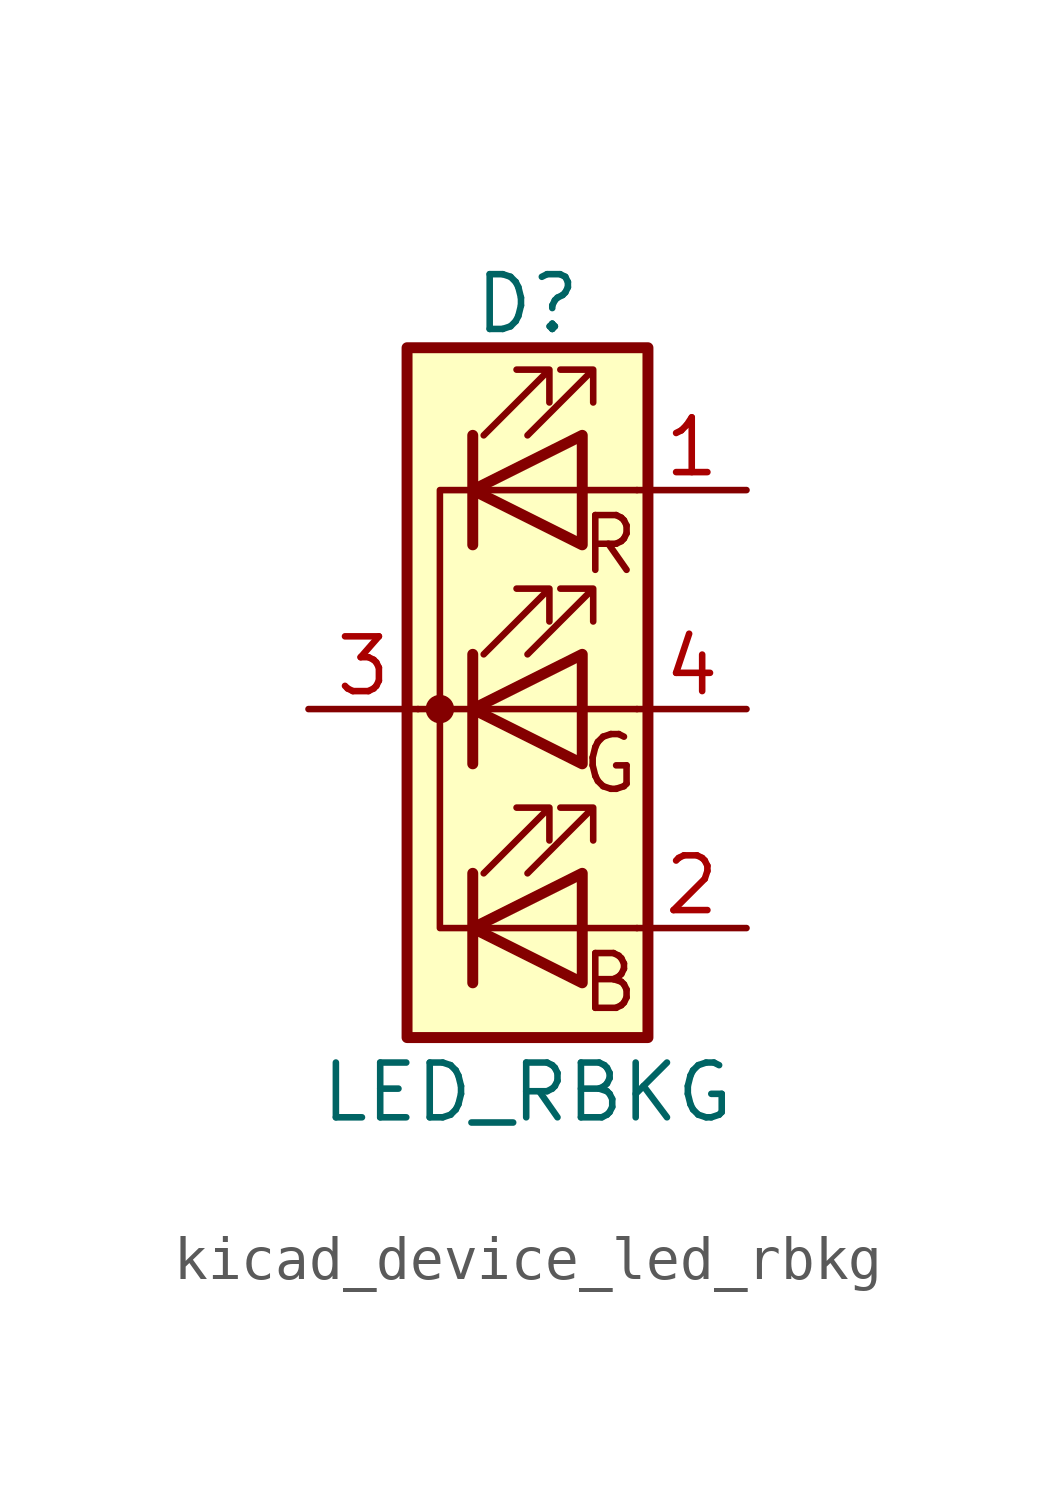
<source format=kicad_sym>
(kicad_symbol_lib
  (version 20220914)
  (generator kicad_symbol_editor)
  (symbol "kicad_device_led_rbkg"
    (pin_names
      (offset 0) hide)
    (property "Reference" "D"
      (at 0 9.398 0)
      (effects (font (size 1.27 1.27))))
    (property "Value" "LED_RBKG"
      (at 0 -8.89 0)
      (effects (font (size 1.27 1.27))))
    (symbol "kicad_device_led_rbkg_0_0"
      (text "B" (at 1.905 -6.35 0) (effects (font (size 1.27 1.27))))
      (text "G" (at 1.905 -1.27 0) (effects (font (size 1.27 1.27))))
      (text "R" (at 1.905 3.81 0) (effects (font (size 1.27 1.27)))))
    (symbol "kicad_device_led_rbkg_0_1"
      (circle (center -2.032 0) (radius 0.254) (stroke (width 0) (type default)) (fill (type outline)))
      (polyline (pts (xy -1.27 -5.08) (xy 1.27 -5.08)) (stroke (width 0) (type default)) (fill (type none)))
      (polyline (pts (xy -1.27 -3.81) (xy -1.27 -6.35)) (stroke (width 0.254) (type default)) (fill (type none)))
      (polyline (pts (xy -1.27 0) (xy -2.54 0)) (stroke (width 0) (type default)) (fill (type none)))
      (polyline (pts (xy -1.27 1.27) (xy -1.27 -1.27)) (stroke (width 0.254) (type default)) (fill (type none)))
      (polyline (pts (xy -1.27 5.08) (xy 1.27 5.08)) (stroke (width 0) (type default)) (fill (type none)))
      (polyline (pts (xy -1.27 6.35) (xy -1.27 3.81)) (stroke (width 0.254) (type default)) (fill (type none)))
      (polyline (pts (xy 1.27 -5.08) (xy 2.54 -5.08)) (stroke (width 0) (type default)) (fill (type none)))
      (polyline (pts (xy 1.27 0) (xy -1.27 0)) (stroke (width 0) (type default)) (fill (type none)))
      (polyline (pts (xy 1.27 0) (xy 2.54 0)) (stroke (width 0) (type default)) (fill (type none)))
      (polyline (pts (xy 1.27 5.08) (xy 2.54 5.08)) (stroke (width 0) (type default)) (fill (type none)))
      (polyline (pts (xy -1.27 1.27) (xy -1.27 -1.27) (xy -1.27 -1.27)) (stroke (width 0) (type default)) (fill (type none)))
      (polyline (pts (xy -1.27 6.35) (xy -1.27 3.81) (xy -1.27 3.81)) (stroke (width 0) (type default)) (fill (type none)))
      (polyline (pts (xy -1.27 5.08) (xy -2.032 5.08) (xy -2.032 -5.08) (xy -1.016 -5.08)) (stroke (width 0) (type default)) (fill (type none)))
      (polyline (pts (xy 1.27 -3.81) (xy 1.27 -6.35) (xy -1.27 -5.08) (xy 1.27 -3.81)) (stroke (width 0.254) (type default)) (fill (type none)))
      (polyline (pts (xy 1.27 1.27) (xy 1.27 -1.27) (xy -1.27 0) (xy 1.27 1.27)) (stroke (width 0.254) (type default)) (fill (type none)))
      (polyline (pts (xy 1.27 6.35) (xy 1.27 3.81) (xy -1.27 5.08) (xy 1.27 6.35)) (stroke (width 0.254) (type default)) (fill (type none)))
      (polyline (pts (xy -1.016 -3.81) (xy 0.508 -2.286) (xy -0.254 -2.286) (xy 0.508 -2.286) (xy 0.508 -3.048)) (stroke (width 0) (type default)) (fill (type none)))
      (polyline (pts (xy -1.016 1.27) (xy 0.508 2.794) (xy -0.254 2.794) (xy 0.508 2.794) (xy 0.508 2.032)) (stroke (width 0) (type default)) (fill (type none)))
      (polyline (pts (xy -1.016 6.35) (xy 0.508 7.874) (xy -0.254 7.874) (xy 0.508 7.874) (xy 0.508 7.112)) (stroke (width 0) (type default)) (fill (type none)))
      (polyline (pts (xy 0 -3.81) (xy 1.524 -2.286) (xy 0.762 -2.286) (xy 1.524 -2.286) (xy 1.524 -3.048)) (stroke (width 0) (type default)) (fill (type none)))
      (polyline (pts (xy 0 1.27) (xy 1.524 2.794) (xy 0.762 2.794) (xy 1.524 2.794) (xy 1.524 2.032)) (stroke (width 0) (type default)) (fill (type none)))
      (polyline (pts (xy 0 6.35) (xy 1.524 7.874) (xy 0.762 7.874) (xy 1.524 7.874) (xy 1.524 7.112)) (stroke (width 0) (type default)) (fill (type none)))
      (rectangle (start 1.27 -1.27) (end 1.27 1.27) (stroke (width 0) (type default)) (fill (type none)))
      (rectangle (start 1.27 1.27) (end 1.27 1.27) (stroke (width 0) (type default)) (fill (type none)))
      (rectangle (start 1.27 3.81) (end 1.27 6.35) (stroke (width 0) (type default)) (fill (type none)))
      (rectangle (start 1.27 6.35) (end 1.27 6.35) (stroke (width 0) (type default)) (fill (type none)))
      (rectangle (start 2.794 8.382) (end -2.794 -7.62) (stroke (width 0.254) (type default)) (fill (type background))))
    (symbol "kicad_device_led_rbkg_1_1"
      (pin passive line (at 5.08 5.08 180) (length 2.54) (name "RA" (effects (font (size 1.27 1.27)))) (number "1" (effects (font (size 1.27 1.27)))))
      (pin passive line (at 5.08 -5.08 180) (length 2.54) (name "BA" (effects (font (size 1.27 1.27)))) (number "2" (effects (font (size 1.27 1.27)))))
      (pin passive line (at -5.08 0 0) (length 2.54) (name "K" (effects (font (size 1.27 1.27)))) (number "3" (effects (font (size 1.27 1.27)))))
      (pin passive line (at 5.08 0 180) (length 2.54) (name "GA" (effects (font (size 1.27 1.27)))) (number "4" (effects (font (size 1.27 1.27))))))))
</source>
